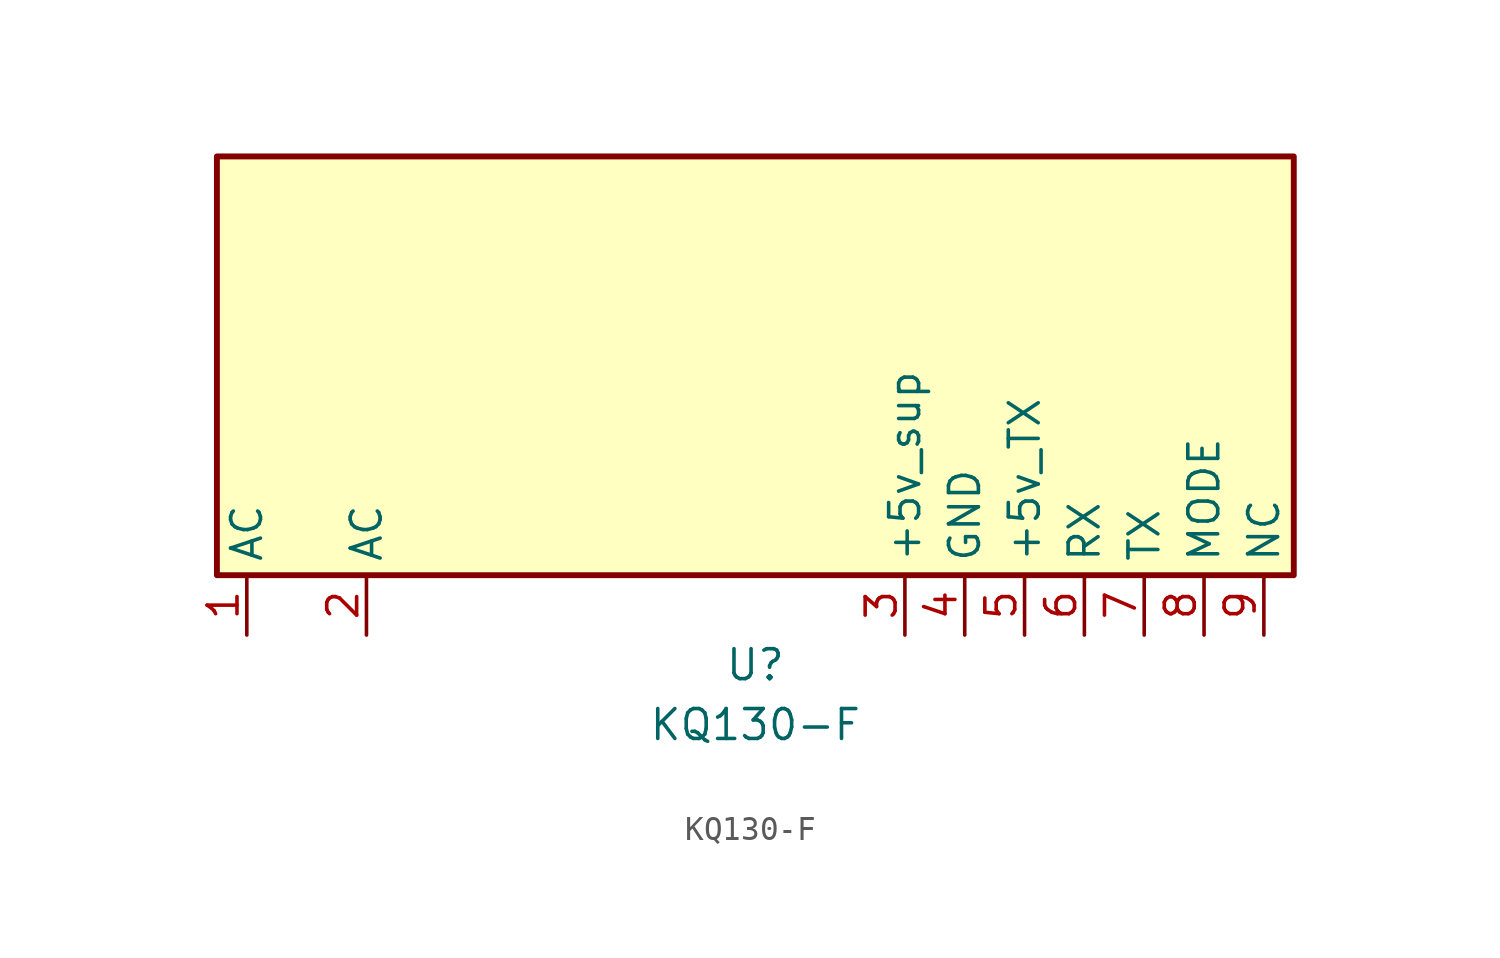
<source format=kicad_sym>
(kicad_symbol_lib
  (version 20220331)
  (generator kicad_symbol_editor)
  (symbol "KQ130-F"
    (property "Reference" "U"
      (at 0 -15.24 0)
      (effects (font (size 1.27 1.27))))
    (property "Value" "KQ130-F"
      (at 0 -17.78 0)
      (effects (font (size 1.27 1.27))))
    (symbol "KQ130-F_0_1"
      (rectangle (start -22.86 6.35) (end 22.86 -11.43) (stroke (width 0.25) (type default)) (fill (type background))))
    (symbol "KQ130-F_1_1"
      (pin passive line (at -21.59 -13.97 90) (length 2.54) (name "AC" (effects (font (size 1.27 1.27)))) (number "1" (effects (font (size 1.27 1.27)))))
      (pin passive line (at -16.51 -13.97 90) (length 2.54) (name "AC" (effects (font (size 1.27 1.27)))) (number "2" (effects (font (size 1.27 1.27)))))
      (pin power_in line (at 6.35 -13.97 90) (length 2.54) (name "+5v_sup" (effects (font (size 1.27 1.27)))) (number "3" (effects (font (size 1.27 1.27)))))
      (pin power_in line (at 8.89 -13.97 90) (length 2.54) (name "GND" (effects (font (size 1.27 1.27)))) (number "4" (effects (font (size 1.27 1.27)))))
      (pin power_in line (at 11.43 -13.97 90) (length 2.54) (name "+5v_TX" (effects (font (size 1.27 1.27)))) (number "5" (effects (font (size 1.27 1.27)))))
      (pin input line (at 13.97 -13.97 90) (length 2.54) (name "RX" (effects (font (size 1.27 1.27)))) (number "6" (effects (font (size 1.27 1.27)))))
      (pin output line (at 16.51 -13.97 90) (length 2.54) (name "TX" (effects (font (size 1.27 1.27)))) (number "7" (effects (font (size 1.27 1.27)))))
      (pin input line (at 19.05 -13.97 90) (length 2.54) (name "MODE" (effects (font (size 1.27 1.27)))) (number "8" (effects (font (size 1.27 1.27)))))
      (pin input line (at 21.59 -13.97 90) (length 2.54) (name "NC" (effects (font (size 1.27 1.27)))) (number "9" (effects (font (size 1.27 1.27))))))))
</source>
